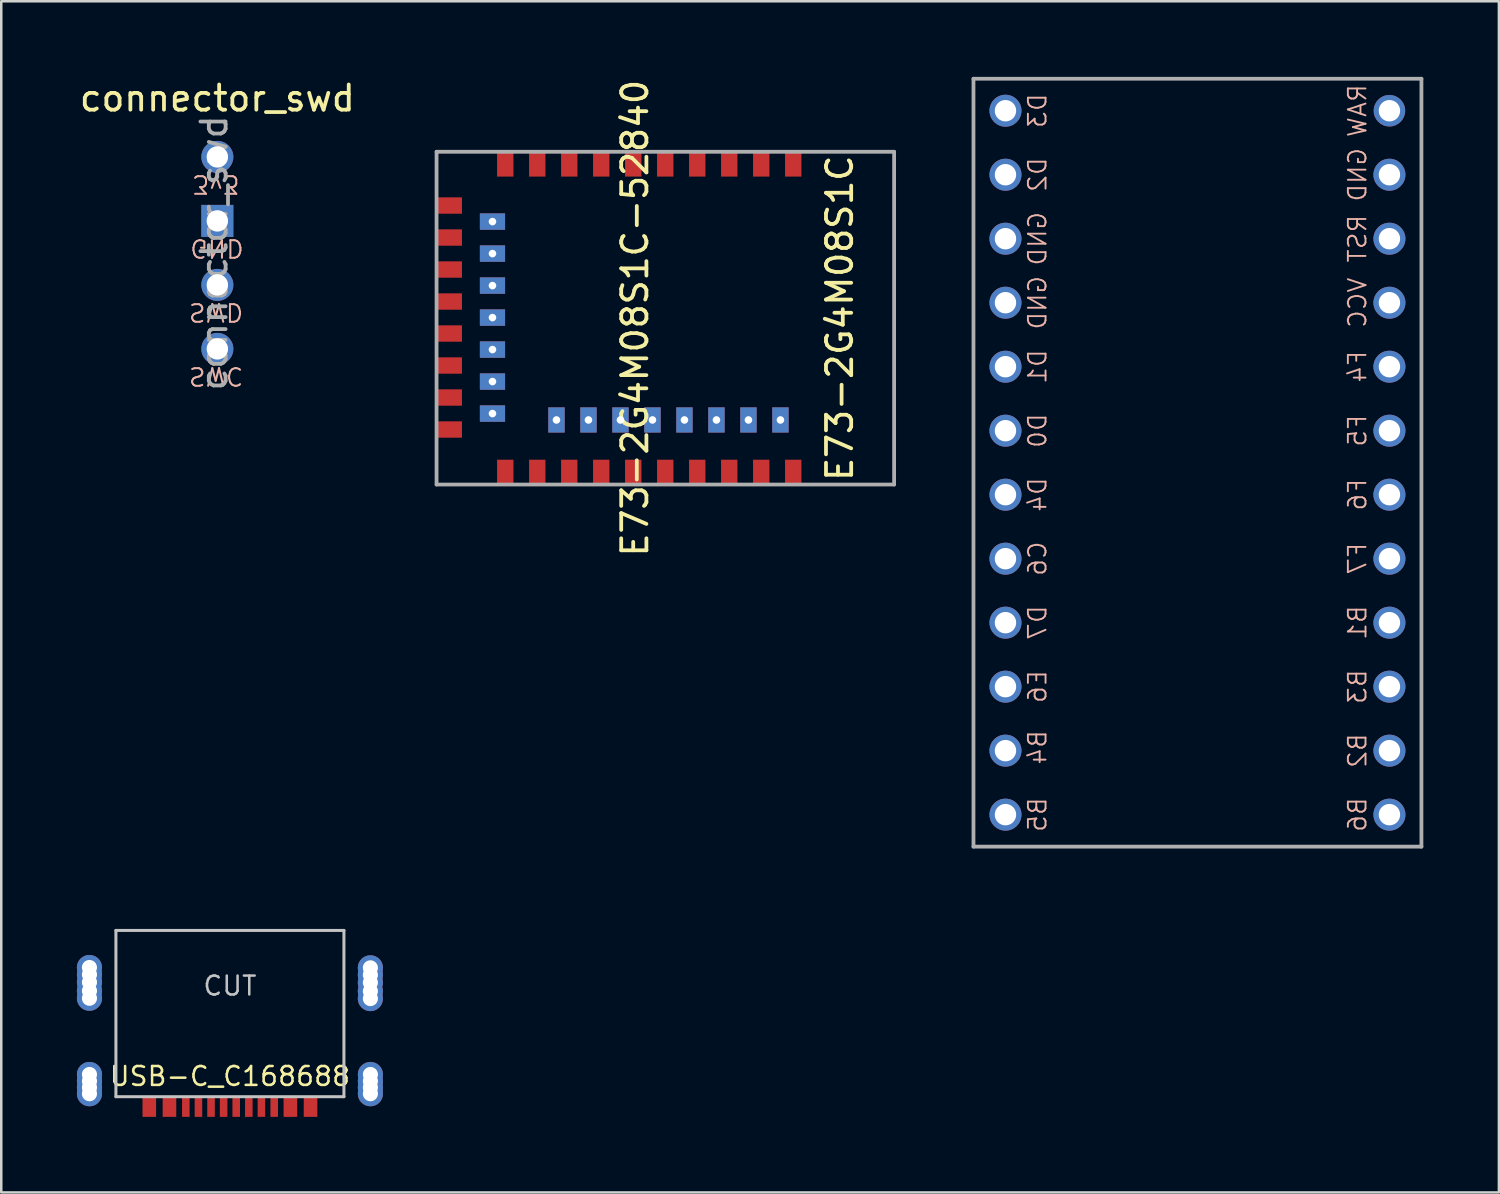
<source format=kicad_pcb>
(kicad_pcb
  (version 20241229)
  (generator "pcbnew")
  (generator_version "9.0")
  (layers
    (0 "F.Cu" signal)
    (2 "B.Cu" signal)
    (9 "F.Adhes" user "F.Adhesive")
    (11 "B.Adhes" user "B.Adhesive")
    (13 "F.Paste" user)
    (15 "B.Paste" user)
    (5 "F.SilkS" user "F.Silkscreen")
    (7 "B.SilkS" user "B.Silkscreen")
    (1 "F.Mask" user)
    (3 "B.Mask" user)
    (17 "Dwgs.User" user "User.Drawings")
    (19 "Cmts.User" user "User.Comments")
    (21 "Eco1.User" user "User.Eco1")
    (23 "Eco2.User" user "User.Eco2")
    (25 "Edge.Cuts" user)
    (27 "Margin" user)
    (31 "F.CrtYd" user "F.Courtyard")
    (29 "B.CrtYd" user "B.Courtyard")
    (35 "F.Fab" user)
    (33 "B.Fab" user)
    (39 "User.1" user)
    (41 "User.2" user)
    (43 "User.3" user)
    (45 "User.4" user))
  (footprint "connector_swd"
    (layer "F.Cu")
    (at 5.577 3.178)
    (property "Reference" "connector_swd" (at 0 -2.33 0) (layer "F.SilkS") (effects (font (size 1 1) (thickness 0.15))))
    (attr through_hole)
    (fp_text user "SWD" (at -0.05 6.164 180) (unlocked yes) (layer "B.SilkS") (effects (font (size 0.7 0.7) (thickness 0.08)) (justify mirror)))
    (fp_text user "SWC" (at -0.05 8.704 180) (unlocked yes) (layer "B.SilkS") (effects (font (size 0.7 0.7) (thickness 0.08)) (justify mirror)))
    (fp_text user "GND" (at -0.016 3.624 180) (unlocked yes) (layer "B.SilkS") (effects (font (size 0.7 0.7) (thickness 0.08)) (justify mirror)))
    (fp_text user "3v3" (at -0.05 1.084 180) (unlocked yes) (layer "B.SilkS") (effects (font (size 0.7 0.7) (thickness 0.08)) (justify mirror)))
    (fp_text user "${REFERENCE}" (at -0.127 3.81 90) (layer "F.Fab") (effects (font (size 1 1) (thickness 0.15))))
    (pad "1" thru_hole oval (at 0 0) (size 1.27 1.27) (drill 0.85) (layers "*.Cu" "*.Mask"))
    (pad "2" thru_hole rect (at 0 2.54) (size 1.27 1.27) (drill 0.85) (layers "*.Cu" "*.Mask"))
    (pad "3" thru_hole oval (at 0 5.08) (size 1.27 1.27) (drill 0.85) (layers "*.Cu" "*.Mask"))
    (pad "4" thru_hole oval (at 0 7.62) (size 1.27 1.27) (drill 0.85) (layers "*.Cu" "*.Mask")))
  (footprint "USB-C_C168688"
    (layer "F.Cu")
    (at 6.076 33.88)
    (property "Reference" "USB-C_C168688" (at 0 5.789 0) (layer "F.SilkS") (effects (font (size 0.75 0.75) (thickness 0.1))))
    (attr smd)
    (fp_line (start -4.525 0) (end -4.525 6.6) (stroke (width 0.12) (type solid)) (layer "Dwgs.User"))
    (fp_line (start -4.525 0) (end 4.525 0) (stroke (width 0.12) (type solid)) (layer "Dwgs.User"))
    (fp_line (start -4.525 6.6) (end 4.525 6.6) (stroke (width 0.12) (type solid)) (layer "Dwgs.User"))
    (fp_line (start 4.525 0) (end 4.525 6.6) (stroke (width 0.12) (type solid)) (layer "Dwgs.User"))
    (fp_text user "CUT" (at 0 2.2 0) (layer "Dwgs.User") (effects (font (size 0.75 0.75) (thickness 0.1))))
    (pad "A1" smd rect (at -3.2 7) (size 0.54 0.8) (layers "F.Cu" "F.Mask" "F.Paste"))
    (pad "A1" smd rect (at 3.2 7) (size 0.54 0.8) (layers "F.Cu" "F.Mask" "F.Paste"))
    (pad "A4" smd rect (at -2.4 7) (size 0.54 0.8) (layers "F.Cu" "F.Mask" "F.Paste"))
    (pad "A4" smd rect (at 2.4 7) (size 0.54 0.8) (layers "F.Cu" "F.Mask" "F.Paste"))
    (pad "A5" smd rect (at 1.25 7) (size 0.3 0.8) (layers "F.Cu" "F.Mask" "F.Paste"))
    (pad "A6" smd rect (at 0.25 7) (size 0.3 0.8) (layers "F.Cu" "F.Mask" "F.Paste"))
    (pad "A7" smd rect (at -0.25 7) (size 0.3 0.8) (layers "F.Cu" "F.Mask" "F.Paste"))
    (pad "A8" smd rect (at -1.25 7) (size 0.3 0.8) (layers "F.Cu" "F.Mask" "F.Paste"))
    (pad "B5" smd rect (at -1.75 7) (size 0.3 0.8) (layers "F.Cu" "F.Mask" "F.Paste"))
    (pad "B6" smd rect (at -0.75 7) (size 0.3 0.8) (layers "F.Cu" "F.Mask" "F.Paste"))
    (pad "B7" smd rect (at 0.75 7) (size 0.3 0.8) (layers "F.Cu" "F.Mask" "F.Paste"))
    (pad "B8" smd rect (at 1.758 7) (size 0.3 0.8) (layers "F.Cu" "F.Mask" "F.Paste"))
    (pad "S1" thru_hole circle (at -5.576 1.473) (size 1 1) (drill 0.6) (layers "*.Cu" "*.Mask"))
    (pad "S1" thru_hole circle (at -5.575 1.753) (size 1 1) (drill 0.6) (layers "*.Cu" "*.Mask"))
    (pad "S1" thru_hole circle (at -5.575 2.057) (size 1 1) (drill 0.6) (layers "*.Cu" "*.Mask"))
    (pad "S1" thru_hole circle (at -5.575 2.4) (size 1 1) (drill 0.6) (layers "*.Cu" "*.Mask"))
    (pad "S1" thru_hole circle (at -5.575 2.692) (size 1 1) (drill 0.6) (layers "*.Cu" "*.Mask"))
    (pad "S1" thru_hole circle (at -5.575 6.236) (size 1 1) (drill 0.6) (layers "*.Cu" "*.Mask"))
    (pad "S1" thru_hole circle (at -5.575 5.719) (size 1 1) (drill 0.6) (layers "*.Cu" "*.Mask"))
    (pad "S1" thru_hole circle (at -5.575 5.982) (size 1 1) (drill 0.6) (layers "*.Cu" "*.Mask"))
    (pad "S1" thru_hole circle (at -5.575 6.481) (size 1 1) (drill 0.6) (layers "*.Cu" "*.Mask"))
    (pad "S1" thru_hole circle (at 5.575 1.486) (size 1 1) (drill 0.6) (layers "*.Cu" "*.Mask"))
    (pad "S1" thru_hole circle (at 5.575 1.765) (size 1 1) (drill 0.6) (layers "*.Cu" "*.Mask"))
    (pad "S1" thru_hole circle (at 5.575 2.07) (size 1 1) (drill 0.6) (layers "*.Cu" "*.Mask"))
    (pad "S1" thru_hole circle (at 5.575 2.413) (size 1 1) (drill 0.6) (layers "*.Cu" "*.Mask"))
    (pad "S1" thru_hole circle (at 5.575 2.705) (size 1 1) (drill 0.6) (layers "*.Cu" "*.Mask"))
    (pad "S1" thru_hole circle (at 5.575 6.236) (size 1 1) (drill 0.6) (layers "*.Cu" "*.Mask"))
    (pad "S1" thru_hole circle (at 5.576 5.719) (size 1 1) (drill 0.6) (layers "*.Cu" "*.Mask"))
    (pad "S1" thru_hole circle (at 5.576 5.982) (size 1 1) (drill 0.6) (layers "*.Cu" "*.Mask"))
    (pad "S1" thru_hole circle (at 5.576 6.481) (size 1 1) (drill 0.6) (layers "*.Cu" "*.Mask")))
  (footprint "pro_micro"
    (layer "F.Cu")
    (at 44.479 15.315)
    (property "Reference" "pro_micro" (at 0 11.303 0) (layer "Eco1.User") (effects (font (size 1.27 1.524) (thickness 0.203))))
    (attr through_hole)
    (fp_line (start -8.89 -15.24) (end 8.89 -15.24) (stroke (width 0.15) (type solid)) (layer "F.Fab"))
    (fp_line (start -8.89 15.24) (end -8.89 -15.24) (stroke (width 0.15) (type solid)) (layer "F.Fab"))
    (fp_line (start 8.89 -15.24) (end 8.89 15.24) (stroke (width 0.15) (type solid)) (layer "F.Fab"))
    (fp_line (start 8.89 15.24) (end -8.89 15.24) (stroke (width 0.15) (type solid)) (layer "F.Fab"))
    (fp_text user "GND" (at -6.35 -8.89 90) (layer "B.SilkS") (effects (font (size 0.7 0.7) (thickness 0.075)) (justify mirror)))
    (fp_text user "D7" (at -6.35 6.35 90) (layer "B.SilkS") (effects (font (size 0.7 0.7) (thickness 0.075)) (justify mirror)))
    (fp_text user "VCC" (at 6.35 -6.35 270) (layer "B.SilkS") (effects (font (size 0.7 0.7) (thickness 0.075)) (justify mirror)))
    (fp_text user "B3" (at 6.35 8.89 90) (layer "B.SilkS") (effects (font (size 0.7 0.7) (thickness 0.075)) (justify mirror)))
    (fp_text user "B4" (at -6.35 11.303 90) (layer "B.SilkS") (effects (font (size 0.7 0.7) (thickness 0.075)) (justify mirror)))
    (fp_text user "D2" (at -6.35 -11.43 90) (unlocked yes) (layer "B.SilkS") (effects (font (size 0.7 0.7) (thickness 0.075)) (justify mirror)))
    (fp_text user "D4" (at -6.35 1.27 90) (layer "B.SilkS") (effects (font (size 0.7 0.7) (thickness 0.075)) (justify mirror)))
    (fp_text user "F4" (at 6.35 -3.81 270) (layer "B.SilkS") (effects (font (size 0.7 0.7) (thickness 0.075)) (justify mirror)))
    (fp_text user "F6" (at 6.35 1.27 270) (layer "B.SilkS") (effects (font (size 0.7 0.7) (thickness 0.075)) (justify mirror)))
    (fp_text user "RST" (at 6.35 -8.89 90) (layer "B.SilkS") (effects (font (size 0.7 0.7) (thickness 0.075)) (justify mirror)))
    (fp_text user "GND" (at 6.35 -11.43 270) (layer "B.SilkS") (effects (font (size 0.7 0.7) (thickness 0.075)) (justify mirror)))
    (fp_text user "F7" (at 6.35 3.81 270) (layer "B.SilkS") (effects (font (size 0.7 0.7) (thickness 0.075)) (justify mirror)))
    (fp_text user "E6" (at -6.35 8.89 270) (layer "B.SilkS") (effects (font (size 0.7 0.7) (thickness 0.075)) (justify mirror)))
    (fp_text user "RAW" (at 6.35 -13.97 270) (layer "B.SilkS") (effects (font (size 0.7 0.7) (thickness 0.075)) (justify mirror)))
    (fp_text user "B6" (at 6.35 13.97 270) (layer "B.SilkS") (effects (font (size 0.7 0.7) (thickness 0.075)) (justify mirror)))
    (fp_text user "GND" (at -6.35 -6.35 90) (layer "B.SilkS") (effects (font (size 0.7 0.7) (thickness 0.075)) (justify mirror)))
    (fp_text user "B1" (at 6.35 6.35 270) (layer "B.SilkS") (effects (font (size 0.7 0.7) (thickness 0.075)) (justify mirror)))
    (fp_text user "D1" (at -6.35 -3.81 90) (layer "B.SilkS") (effects (font (size 0.7 0.7) (thickness 0.075)) (justify mirror)))
    (fp_text user "C6" (at -6.35 3.81 270) (layer "B.SilkS") (effects (font (size 0.7 0.7) (thickness 0.075)) (justify mirror)))
    (fp_text user "D3" (at -6.35 -13.97 270) (layer "B.SilkS") (effects (font (size 0.7 0.7) (thickness 0.075)) (justify mirror)))
    (fp_text user "D0" (at -6.35 -1.27 270) (layer "B.SilkS") (effects (font (size 0.7 0.7) (thickness 0.075)) (justify mirror)))
    (fp_text user "F5" (at 6.35 -1.27 270) (layer "B.SilkS") (effects (font (size 0.7 0.7) (thickness 0.075)) (justify mirror)))
    (fp_text user "B2" (at 6.35 11.43 270) (layer "B.SilkS") (effects (font (size 0.7 0.7) (thickness 0.075)) (justify mirror)))
    (fp_text user "B5" (at -6.35 13.97 270) (layer "B.SilkS") (effects (font (size 0.7 0.7) (thickness 0.075)) (justify mirror)))
    (pad "1" thru_hole circle (at 7.62 -13.97 270) (size 1.25 1.25) (drill 0.85) (layers "*.Cu" "*.Mask"))
    (pad "2" thru_hole circle (at 7.62 -11.43 270) (size 1.27 1.27) (drill 0.85) (layers "*.Cu" "*.Mask"))
    (pad "3" thru_hole circle (at 7.62 -8.89 270) (size 1.27 1.27) (drill 0.85) (layers "*.Cu" "*.Mask"))
    (pad "4" thru_hole circle (at 7.62 -6.35 270) (size 1.27 1.27) (drill 0.85) (layers "*.Cu" "*.Mask"))
    (pad "5" thru_hole circle (at 7.62 -3.81 270) (size 1.27 1.27) (drill 0.85) (layers "*.Cu" "*.Mask"))
    (pad "6" thru_hole circle (at 7.62 -1.27 270) (size 1.27 1.27) (drill 0.85) (layers "*.Cu" "*.Mask"))
    (pad "7" thru_hole circle (at 7.62 1.27 270) (size 1.27 1.27) (drill 0.85) (layers "*.Cu" "*.Mask"))
    (pad "8" thru_hole circle (at 7.62 3.81 270) (size 1.27 1.27) (drill 0.85) (layers "*.Cu" "*.Mask"))
    (pad "9" thru_hole circle (at 7.62 6.35 270) (size 1.27 1.27) (drill 0.85) (layers "*.Cu" "*.Mask"))
    (pad "10" thru_hole circle (at 7.62 8.89 270) (size 1.27 1.27) (drill 0.85) (layers "*.Cu" "*.Mask"))
    (pad "11" thru_hole circle (at 7.62 11.43 270) (size 1.27 1.27) (drill 0.85) (layers "*.Cu" "*.Mask"))
    (pad "12" thru_hole circle (at 7.62 13.97 270) (size 1.27 1.27) (drill 0.85) (layers "*.Cu" "*.Mask"))
    (pad "13" thru_hole circle (at -7.62 -13.97 270) (size 1.27 1.27) (drill 0.85) (layers "*.Cu" "*.Mask"))
    (pad "14" thru_hole circle (at -7.62 -11.43 270) (size 1.27 1.27) (drill 0.85) (layers "*.Cu" "*.Mask"))
    (pad "15" thru_hole circle (at -7.62 -8.89 270) (size 1.27 1.27) (drill 0.85) (layers "*.Cu" "*.Mask"))
    (pad "16" thru_hole circle (at -7.62 -6.35 270) (size 1.27 1.27) (drill 0.85) (layers "*.Cu" "*.Mask"))
    (pad "17" thru_hole circle (at -7.62 -3.81 270) (size 1.27 1.27) (drill 0.85) (layers "*.Cu" "*.Mask"))
    (pad "18" thru_hole circle (at -7.62 -1.27 270) (size 1.27 1.27) (drill 0.85) (layers "*.Cu" "*.Mask"))
    (pad "19" thru_hole circle (at -7.62 1.27 270) (size 1.27 1.27) (drill 0.85) (layers "*.Cu" "*.Mask"))
    (pad "20" thru_hole circle (at -7.62 3.81 270) (size 1.27 1.27) (drill 0.85) (layers "*.Cu" "*.Mask"))
    (pad "21" thru_hole circle (at -7.62 6.35 270) (size 1.27 1.27) (drill 0.85) (layers "*.Cu" "*.Mask"))
    (pad "22" thru_hole circle (at -7.62 8.89 270) (size 1.27 1.27) (drill 0.85) (layers "*.Cu" "*.Mask"))
    (pad "23" thru_hole circle (at -7.62 11.43 270) (size 1.27 1.27) (drill 0.85) (layers "*.Cu" "*.Mask"))
    (pad "24" thru_hole circle (at -7.62 13.97 270) (size 1.27 1.27) (drill 0.85) (layers "*.Cu" "*.Mask")))
  (footprint "E73-2G4M08S1C-52840"
    (layer "F.Cu")
    (at 14.405 9.578)
    (property "Reference" "E73-2G4M08S1C-52840" (at 7.747 -0.000467 270) (layer "F.SilkS") (effects (font (size 1 1) (thickness 0.15))))
    (attr through_hole)
    (fp_line (start -0.127 -6.604) (end -0.127 6.604) (stroke (width 0.15) (type solid)) (layer "F.Fab"))
    (fp_line (start -0.127 6.604) (end 18.034 6.604) (stroke (width 0.15) (type solid)) (layer "F.Fab"))
    (fp_line (start 18.034 -6.604) (end -0.127 -6.604) (stroke (width 0.15) (type solid)) (layer "F.Fab"))
    (fp_line (start 18.034 6.604) (end 18.034 -6.604) (stroke (width 0.15) (type solid)) (layer "F.Fab"))
    (fp_text user "E73-2G4M08S1C" (at 15.875 0 90) (layer "F.SilkS") (effects (font (size 1 1) (thickness 0.15))))
    (pad "1" smd rect (at 14.03 -6.119) (size 0.65 1) (layers "F.Cu" "F.Mask" "F.Paste"))
    (pad "2" smd rect (at 12.76 -6.119) (size 0.65 1) (layers "F.Cu" "F.Mask" "F.Paste"))
    (pad "3" smd rect (at 11.49 -6.119) (size 0.65 1) (layers "F.Cu" "F.Mask" "F.Paste"))
    (pad "4" smd rect (at 10.22 -6.119) (size 0.65 1) (layers "F.Cu" "F.Mask" "F.Paste"))
    (pad "5" smd rect (at 8.95 -6.119) (size 0.65 1) (layers "F.Cu" "F.Mask" "F.Paste"))
    (pad "6" smd rect (at 7.68 -6.119) (size 0.65 1) (layers "F.Cu" "F.Mask" "F.Paste"))
    (pad "7" smd rect (at 6.41 -6.119) (size 0.65 1) (layers "F.Cu" "F.Mask" "F.Paste"))
    (pad "8" smd rect (at 5.14 -6.119) (size 0.65 1) (layers "F.Cu" "F.Mask" "F.Paste"))
    (pad "9" smd rect (at 3.87 -6.119) (size 0.65 1) (layers "F.Cu" "F.Mask" "F.Paste"))
    (pad "10" smd rect (at 2.6 -6.119) (size 0.65 1) (layers "F.Cu" "F.Mask" "F.Paste"))
    (pad "11" smd rect (at 0.381 -4.47 90) (size 0.65 1) (layers "F.Cu" "F.Mask" "F.Paste"))
    (pad "12" thru_hole rect (at 2.092 -3.833 90) (size 0.65 1) (drill 0.3) (layers "*.Cu" "*.Mask"))
    (pad "13" smd rect (at 0.381 -3.2 90) (size 0.65 1) (layers "F.Cu" "F.Mask" "F.Paste"))
    (pad "14" thru_hole rect (at 2.092 -2.563 90) (size 0.65 1) (drill 0.3) (layers "*.Cu" "*.Mask"))
    (pad "15" smd rect (at 0.381 -1.93 90) (size 0.65 1) (layers "F.Cu" "F.Mask" "F.Paste"))
    (pad "16" thru_hole rect (at 2.092 -1.293 90) (size 0.65 1) (drill 0.3) (layers "*.Cu" "*.Mask"))
    (pad "17" smd rect (at 0.381 -0.66 90) (size 0.65 1) (layers "F.Cu" "F.Mask" "F.Paste"))
    (pad "18" thru_hole rect (at 2.092 -0.023 90) (size 0.65 1) (drill 0.3) (layers "*.Cu" "*.Mask"))
    (pad "19" smd rect (at 0.381 0.61 90) (size 0.65 1) (layers "F.Cu" "F.Mask" "F.Paste"))
    (pad "20" thru_hole rect (at 2.092 1.247 90) (size 0.65 1) (drill 0.3) (layers "*.Cu" "*.Mask"))
    (pad "21" smd rect (at 0.381 1.88 90) (size 0.65 1) (layers "F.Cu" "F.Mask" "F.Paste"))
    (pad "22" thru_hole rect (at 2.092 2.517 90) (size 0.65 1) (drill 0.3) (layers "*.Cu" "*.Mask"))
    (pad "23" smd rect (at 0.381 3.15 90) (size 0.65 1) (layers "F.Cu" "F.Mask" "F.Paste"))
    (pad "24" thru_hole rect (at 2.092 3.787 90) (size 0.65 1) (drill 0.3) (layers "*.Cu" "*.Mask"))
    (pad "25" smd rect (at 0.381 4.42 90) (size 0.65 1) (layers "F.Cu" "F.Mask" "F.Paste"))
    (pad "26" smd rect (at 2.6 6.119) (size 0.65 1) (layers "F.Cu" "F.Mask" "F.Paste"))
    (pad "27" smd rect (at 3.87 6.119) (size 0.65 1) (layers "F.Cu" "F.Mask" "F.Paste"))
    (pad "28" thru_hole rect (at 4.632 4.041) (size 0.65 1) (drill 0.3) (layers "*.Cu" "*.Mask"))
    (pad "29" smd rect (at 5.14 6.119) (size 0.65 1) (layers "F.Cu" "F.Mask" "F.Paste"))
    (pad "30" thru_hole rect (at 5.902 4.041) (size 0.65 1) (drill 0.3) (layers "*.Cu" "*.Mask"))
    (pad "31" smd rect (at 6.41 6.119) (size 0.65 1) (layers "F.Cu" "F.Mask" "F.Paste"))
    (pad "32" thru_hole rect (at 7.172 4.041) (size 0.65 1) (drill 0.3) (layers "*.Cu" "*.Mask"))
    (pad "33" smd rect (at 7.68 6.119) (size 0.65 1) (layers "F.Cu" "F.Mask" "F.Paste"))
    (pad "34" thru_hole rect (at 8.442 4.041) (size 0.65 1) (drill 0.3) (layers "*.Cu" "*.Mask"))
    (pad "35" smd rect (at 8.95 6.119) (size 0.65 1) (layers "F.Cu" "F.Mask" "F.Paste"))
    (pad "36" thru_hole rect (at 9.712 4.041) (size 0.65 1) (drill 0.3) (layers "*.Cu" "*.Mask"))
    (pad "37" smd rect (at 10.22 6.119) (size 0.65 1) (layers "F.Cu" "F.Mask" "F.Paste"))
    (pad "38" thru_hole rect (at 10.982 4.041) (size 0.65 1) (drill 0.3) (layers "*.Cu" "*.Mask"))
    (pad "39" smd rect (at 11.49 6.119) (size 0.65 1) (layers "F.Cu" "F.Mask" "F.Paste"))
    (pad "40" thru_hole rect (at 12.252 4.041) (size 0.65 1) (drill 0.3) (layers "*.Cu" "*.Mask"))
    (pad "41" smd rect (at 12.76 6.119) (size 0.65 1) (layers "F.Cu" "F.Mask" "F.Paste"))
    (pad "42" thru_hole rect (at 13.522 4.041) (size 0.65 1) (drill 0.3) (layers "*.Cu" "*.Mask"))
    (pad "43" smd rect (at 14.03 6.119) (size 0.65 1) (layers "F.Cu" "F.Mask" "F.Paste")))
  (gr_rect
    (start -3 -3)
    (end 56.444 44.28)
    (stroke (width 0.1) (type default))
    (fill no)
    (layer "Edge.Cuts")))
</source>
